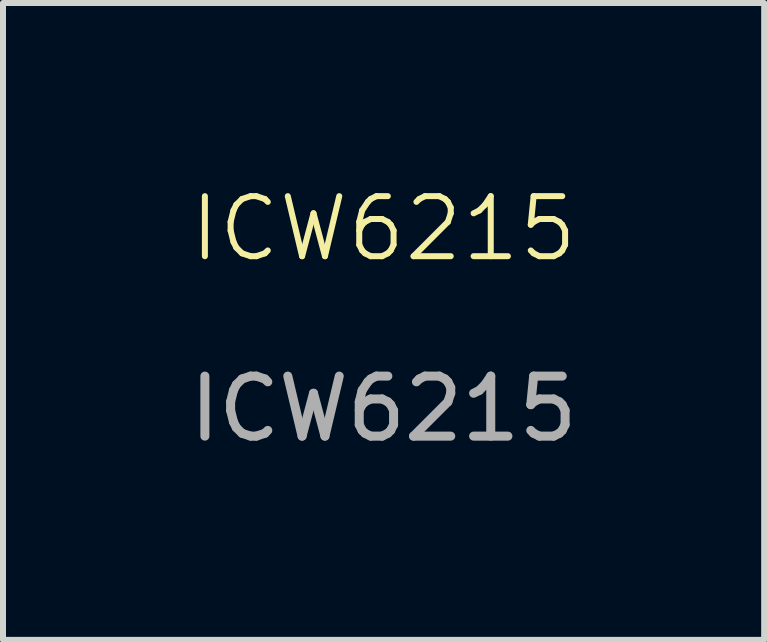
<source format=kicad_pcb>
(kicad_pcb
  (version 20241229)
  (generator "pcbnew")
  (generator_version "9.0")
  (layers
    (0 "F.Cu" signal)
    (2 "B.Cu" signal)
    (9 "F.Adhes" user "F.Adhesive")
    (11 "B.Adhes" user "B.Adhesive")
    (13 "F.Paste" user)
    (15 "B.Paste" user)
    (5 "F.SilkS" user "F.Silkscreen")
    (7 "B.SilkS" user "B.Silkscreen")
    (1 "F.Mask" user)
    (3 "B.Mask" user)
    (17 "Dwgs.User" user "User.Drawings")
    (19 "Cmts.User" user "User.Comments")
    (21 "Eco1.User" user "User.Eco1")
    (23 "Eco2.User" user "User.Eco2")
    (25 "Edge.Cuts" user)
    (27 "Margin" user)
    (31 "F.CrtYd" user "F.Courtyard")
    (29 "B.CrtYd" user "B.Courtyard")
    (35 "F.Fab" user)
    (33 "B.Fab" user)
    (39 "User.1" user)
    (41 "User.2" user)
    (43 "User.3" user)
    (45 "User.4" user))
  (footprint "ICW6215"
    (layer "F.Cu")
    (at 3.339 1.26)
    (property "Reference" "ICW6215" (at 0 -0.5 0) (unlocked yes) (layer "F.SilkS") (effects (font (size 1 1) (thickness 0.1))))
    (attr smd)
    (fp_text user "${REFERENCE}" (at 0 2.5 0) (unlocked yes) (layer "F.Fab") (effects (font (size 1 1) (thickness 0.15)))))
  (gr_rect
    (start -3 -3)
    (end 9.679 7.609)
    (stroke (width 0.1) (type default))
    (fill no)
    (layer "Edge.Cuts")))
</source>
